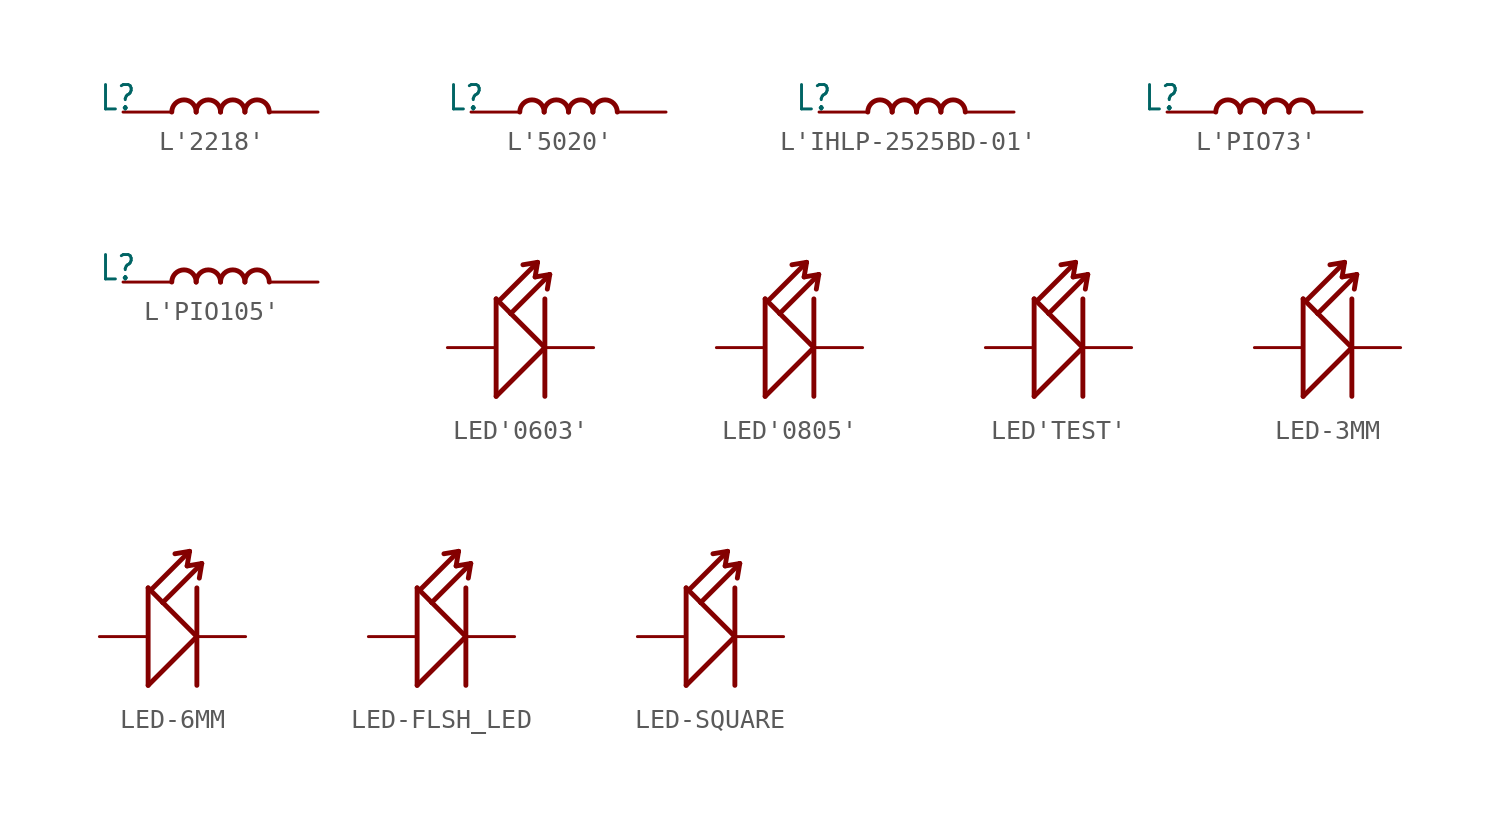
<source format=kicad_sym>
(kicad_symbol_lib
  (version 20220914)
  (generator kicad_symbol_editor)
  (symbol "L'2218'"
    (property "Reference" "L"
      (at -6.35 0 0)
      (effects (font (size 1.27 1.079)) (justify left bottom)))
    (property "Value" ""
      (at 2.54 0 0)
      (effects (font (size 1.27 1.079)) (justify left bottom)))
    (property "ki_locked" ""
      (at 0 0 0)
      (effects (font (size 1.27 1.27))))
    (symbol "L'2218'_1_0"
      (arc (start -1.27 0) (mid -1.905 0.635) (end -2.54 0) (stroke (width 0.254) (type solid)) (fill (type none)))
      (arc (start 0 0) (mid -0.635 0.635) (end -1.27 0) (stroke (width 0.254) (type solid)) (fill (type none)))
      (arc (start 1.27 0) (mid 0.635 0.635) (end 0 0) (stroke (width 0.254) (type solid)) (fill (type none)))
      (arc (start 2.54 0) (mid 1.905 0.635) (end 1.27 0) (stroke (width 0.254) (type solid)) (fill (type none)))
      (pin passive line (at -5.08 0 0) (length 2.54) (name "1" (effects (font (size 0 0)))) (number "P$1" (effects (font (size 0 0)))))
      (pin passive line (at 5.08 0 180) (length 2.54) (name "2" (effects (font (size 0 0)))) (number "P$2" (effects (font (size 0 0)))))))
  (symbol "L'5020'"
    (property "Reference" "L"
      (at -6.35 0 0)
      (effects (font (size 1.27 1.079)) (justify left bottom)))
    (property "Value" ""
      (at 2.54 0 0)
      (effects (font (size 1.27 1.079)) (justify left bottom)))
    (property "ki_locked" ""
      (at 0 0 0)
      (effects (font (size 1.27 1.27))))
    (symbol "L'5020'_1_0"
      (arc (start -1.27 0) (mid -1.905 0.635) (end -2.54 0) (stroke (width 0.254) (type solid)) (fill (type none)))
      (arc (start 0 0) (mid -0.635 0.635) (end -1.27 0) (stroke (width 0.254) (type solid)) (fill (type none)))
      (arc (start 1.27 0) (mid 0.635 0.635) (end 0 0) (stroke (width 0.254) (type solid)) (fill (type none)))
      (arc (start 2.54 0) (mid 1.905 0.635) (end 1.27 0) (stroke (width 0.254) (type solid)) (fill (type none)))
      (pin passive line (at -5.08 0 0) (length 2.54) (name "1" (effects (font (size 0 0)))) (number "1" (effects (font (size 0 0)))))
      (pin passive line (at 5.08 0 180) (length 2.54) (name "2" (effects (font (size 0 0)))) (number "2" (effects (font (size 0 0)))))))
  (symbol "L'IHLP-2525BD-01'"
    (property "Reference" "L"
      (at -6.35 0 0)
      (effects (font (size 1.27 1.079)) (justify left bottom)))
    (property "Value" ""
      (at 2.54 0 0)
      (effects (font (size 1.27 1.079)) (justify left bottom)))
    (property "ki_locked" ""
      (at 0 0 0)
      (effects (font (size 1.27 1.27))))
    (symbol "L'IHLP-2525BD-01'_1_0"
      (arc (start -1.27 0) (mid -1.905 0.635) (end -2.54 0) (stroke (width 0.254) (type solid)) (fill (type none)))
      (arc (start 0 0) (mid -0.635 0.635) (end -1.27 0) (stroke (width 0.254) (type solid)) (fill (type none)))
      (arc (start 1.27 0) (mid 0.635 0.635) (end 0 0) (stroke (width 0.254) (type solid)) (fill (type none)))
      (arc (start 2.54 0) (mid 1.905 0.635) (end 1.27 0) (stroke (width 0.254) (type solid)) (fill (type none)))
      (pin passive line (at -5.08 0 0) (length 2.54) (name "1" (effects (font (size 0 0)))) (number "1" (effects (font (size 0 0)))))
      (pin passive line (at 5.08 0 180) (length 2.54) (name "2" (effects (font (size 0 0)))) (number "2" (effects (font (size 0 0)))))))
  (symbol "L'PIO73'"
    (property "Reference" "L"
      (at -6.35 0 0)
      (effects (font (size 1.27 1.079)) (justify left bottom)))
    (property "Value" ""
      (at 2.54 0 0)
      (effects (font (size 1.27 1.079)) (justify left bottom)))
    (property "ki_locked" ""
      (at 0 0 0)
      (effects (font (size 1.27 1.27))))
    (symbol "L'PIO73'_1_0"
      (arc (start -1.27 0) (mid -1.905 0.635) (end -2.54 0) (stroke (width 0.254) (type solid)) (fill (type none)))
      (arc (start 0 0) (mid -0.635 0.635) (end -1.27 0) (stroke (width 0.254) (type solid)) (fill (type none)))
      (arc (start 1.27 0) (mid 0.635 0.635) (end 0 0) (stroke (width 0.254) (type solid)) (fill (type none)))
      (arc (start 2.54 0) (mid 1.905 0.635) (end 1.27 0) (stroke (width 0.254) (type solid)) (fill (type none)))
      (pin passive line (at -5.08 0 0) (length 2.54) (name "1" (effects (font (size 0 0)))) (number "1" (effects (font (size 0 0)))))
      (pin passive line (at 5.08 0 180) (length 2.54) (name "2" (effects (font (size 0 0)))) (number "2" (effects (font (size 0 0)))))))
  (symbol "L'PIO105'"
    (property "Reference" "L"
      (at -6.35 0 0)
      (effects (font (size 1.27 1.079)) (justify left bottom)))
    (property "Value" ""
      (at 2.54 0 0)
      (effects (font (size 1.27 1.079)) (justify left bottom)))
    (property "ki_locked" ""
      (at 0 0 0)
      (effects (font (size 1.27 1.27))))
    (symbol "L'PIO105'_1_0"
      (arc (start -1.27 0) (mid -1.905 0.635) (end -2.54 0) (stroke (width 0.254) (type solid)) (fill (type none)))
      (arc (start 0 0) (mid -0.635 0.635) (end -1.27 0) (stroke (width 0.254) (type solid)) (fill (type none)))
      (arc (start 1.27 0) (mid 0.635 0.635) (end 0 0) (stroke (width 0.254) (type solid)) (fill (type none)))
      (arc (start 2.54 0) (mid 1.905 0.635) (end 1.27 0) (stroke (width 0.254) (type solid)) (fill (type none)))
      (pin passive line (at -5.08 0 0) (length 2.54) (name "1" (effects (font (size 0 0)))) (number "1" (effects (font (size 0 0)))))
      (pin passive line (at 5.08 0 180) (length 2.54) (name "2" (effects (font (size 0 0)))) (number "2" (effects (font (size 0 0)))))))
  (symbol "LED'0603'"
    (property "Reference" "D"
      (at -3.81 0.635 0)
      (effects (font (size 1.27 1.079)) (justify left bottom) hide))
    (property "ki_locked" ""
      (at 0 0 0)
      (effects (font (size 1.27 1.27))))
    (symbol "LED'0603'_1_0"
      (polyline (pts (xy -1.27 -2.54) (xy -1.27 2.54)) (stroke (width 0.254) (type solid)) (fill (type none)))
      (polyline (pts (xy -1.27 2.54) (xy -1.143 2.413)) (stroke (width 0.254) (type solid)) (fill (type none)))
      (polyline (pts (xy -1.143 2.413) (xy -0.508 1.778)) (stroke (width 0.254) (type solid)) (fill (type none)))
      (polyline (pts (xy -1.143 2.413) (xy 0.889 4.445)) (stroke (width 0.254) (type solid)) (fill (type none)))
      (polyline (pts (xy -0.508 1.778) (xy 1.27 0)) (stroke (width 0.254) (type solid)) (fill (type none)))
      (polyline (pts (xy -0.508 1.778) (xy 1.524 3.81)) (stroke (width 0.254) (type solid)) (fill (type none)))
      (polyline (pts (xy 0.889 4.445) (xy 0.127 4.318)) (stroke (width 0.254) (type solid)) (fill (type none)))
      (polyline (pts (xy 0.889 4.445) (xy 0.762 3.683)) (stroke (width 0.254) (type solid)) (fill (type none)))
      (polyline (pts (xy 1.27 0) (xy -1.27 -2.54)) (stroke (width 0.254) (type solid)) (fill (type none)))
      (polyline (pts (xy 1.27 2.54) (xy 1.27 -2.54)) (stroke (width 0.254) (type solid)) (fill (type none)))
      (polyline (pts (xy 1.524 3.81) (xy 0.762 3.683)) (stroke (width 0.254) (type solid)) (fill (type none)))
      (polyline (pts (xy 1.524 3.81) (xy 1.397 3.048)) (stroke (width 0.254) (type solid)) (fill (type none)))
      (pin passive line (at -3.81 0 0) (length 2.54) (name "+" (effects (font (size 0 0)))) (number "+" (effects (font (size 0 0)))))
      (pin passive line (at 3.81 0 180) (length 2.54) (name "-" (effects (font (size 0 0)))) (number "-" (effects (font (size 0 0)))))))
  (symbol "LED'0805'"
    (property "Reference" "D"
      (at -3.81 0.635 0)
      (effects (font (size 1.27 1.079)) (justify left bottom) hide))
    (property "ki_locked" ""
      (at 0 0 0)
      (effects (font (size 1.27 1.27))))
    (symbol "LED'0805'_1_0"
      (polyline (pts (xy -1.27 -2.54) (xy -1.27 2.54)) (stroke (width 0.254) (type solid)) (fill (type none)))
      (polyline (pts (xy -1.27 2.54) (xy -1.143 2.413)) (stroke (width 0.254) (type solid)) (fill (type none)))
      (polyline (pts (xy -1.143 2.413) (xy -0.508 1.778)) (stroke (width 0.254) (type solid)) (fill (type none)))
      (polyline (pts (xy -1.143 2.413) (xy 0.889 4.445)) (stroke (width 0.254) (type solid)) (fill (type none)))
      (polyline (pts (xy -0.508 1.778) (xy 1.27 0)) (stroke (width 0.254) (type solid)) (fill (type none)))
      (polyline (pts (xy -0.508 1.778) (xy 1.524 3.81)) (stroke (width 0.254) (type solid)) (fill (type none)))
      (polyline (pts (xy 0.889 4.445) (xy 0.127 4.318)) (stroke (width 0.254) (type solid)) (fill (type none)))
      (polyline (pts (xy 0.889 4.445) (xy 0.762 3.683)) (stroke (width 0.254) (type solid)) (fill (type none)))
      (polyline (pts (xy 1.27 0) (xy -1.27 -2.54)) (stroke (width 0.254) (type solid)) (fill (type none)))
      (polyline (pts (xy 1.27 2.54) (xy 1.27 -2.54)) (stroke (width 0.254) (type solid)) (fill (type none)))
      (polyline (pts (xy 1.524 3.81) (xy 0.762 3.683)) (stroke (width 0.254) (type solid)) (fill (type none)))
      (polyline (pts (xy 1.524 3.81) (xy 1.397 3.048)) (stroke (width 0.254) (type solid)) (fill (type none)))
      (pin passive line (at -3.81 0 0) (length 2.54) (name "+" (effects (font (size 0 0)))) (number "+" (effects (font (size 0 0)))))
      (pin passive line (at 3.81 0 180) (length 2.54) (name "-" (effects (font (size 0 0)))) (number "-" (effects (font (size 0 0)))))))
  (symbol "LED'TEST'"
    (property "Reference" "D"
      (at -3.81 0.635 0)
      (effects (font (size 1.27 1.079)) (justify left bottom) hide))
    (property "ki_locked" ""
      (at 0 0 0)
      (effects (font (size 1.27 1.27))))
    (symbol "LED'TEST'_1_0"
      (polyline (pts (xy -1.27 -2.54) (xy -1.27 2.54)) (stroke (width 0.254) (type solid)) (fill (type none)))
      (polyline (pts (xy -1.27 2.54) (xy -1.143 2.413)) (stroke (width 0.254) (type solid)) (fill (type none)))
      (polyline (pts (xy -1.143 2.413) (xy -0.508 1.778)) (stroke (width 0.254) (type solid)) (fill (type none)))
      (polyline (pts (xy -1.143 2.413) (xy 0.889 4.445)) (stroke (width 0.254) (type solid)) (fill (type none)))
      (polyline (pts (xy -0.508 1.778) (xy 1.27 0)) (stroke (width 0.254) (type solid)) (fill (type none)))
      (polyline (pts (xy -0.508 1.778) (xy 1.524 3.81)) (stroke (width 0.254) (type solid)) (fill (type none)))
      (polyline (pts (xy 0.889 4.445) (xy 0.127 4.318)) (stroke (width 0.254) (type solid)) (fill (type none)))
      (polyline (pts (xy 0.889 4.445) (xy 0.762 3.683)) (stroke (width 0.254) (type solid)) (fill (type none)))
      (polyline (pts (xy 1.27 0) (xy -1.27 -2.54)) (stroke (width 0.254) (type solid)) (fill (type none)))
      (polyline (pts (xy 1.27 2.54) (xy 1.27 -2.54)) (stroke (width 0.254) (type solid)) (fill (type none)))
      (polyline (pts (xy 1.524 3.81) (xy 0.762 3.683)) (stroke (width 0.254) (type solid)) (fill (type none)))
      (polyline (pts (xy 1.524 3.81) (xy 1.397 3.048)) (stroke (width 0.254) (type solid)) (fill (type none)))
      (pin passive line (at -3.81 0 0) (length 2.54) (name "+" (effects (font (size 0 0)))) (number "+" (effects (font (size 0 0)))))
      (pin passive line (at 3.81 0 180) (length 2.54) (name "-" (effects (font (size 0 0)))) (number "-" (effects (font (size 0 0)))))))
  (symbol "LED-3MM"
    (property "Reference" "D"
      (at -3.81 0.635 0)
      (effects (font (size 1.27 1.079)) (justify left bottom) hide))
    (property "ki_locked" ""
      (at 0 0 0)
      (effects (font (size 1.27 1.27))))
    (symbol "LED-3MM_1_0"
      (polyline (pts (xy -1.27 -2.54) (xy -1.27 2.54)) (stroke (width 0.254) (type solid)) (fill (type none)))
      (polyline (pts (xy -1.27 2.54) (xy -1.143 2.413)) (stroke (width 0.254) (type solid)) (fill (type none)))
      (polyline (pts (xy -1.143 2.413) (xy -0.508 1.778)) (stroke (width 0.254) (type solid)) (fill (type none)))
      (polyline (pts (xy -1.143 2.413) (xy 0.889 4.445)) (stroke (width 0.254) (type solid)) (fill (type none)))
      (polyline (pts (xy -0.508 1.778) (xy 1.27 0)) (stroke (width 0.254) (type solid)) (fill (type none)))
      (polyline (pts (xy -0.508 1.778) (xy 1.524 3.81)) (stroke (width 0.254) (type solid)) (fill (type none)))
      (polyline (pts (xy 0.889 4.445) (xy 0.127 4.318)) (stroke (width 0.254) (type solid)) (fill (type none)))
      (polyline (pts (xy 0.889 4.445) (xy 0.762 3.683)) (stroke (width 0.254) (type solid)) (fill (type none)))
      (polyline (pts (xy 1.27 0) (xy -1.27 -2.54)) (stroke (width 0.254) (type solid)) (fill (type none)))
      (polyline (pts (xy 1.27 2.54) (xy 1.27 -2.54)) (stroke (width 0.254) (type solid)) (fill (type none)))
      (polyline (pts (xy 1.524 3.81) (xy 0.762 3.683)) (stroke (width 0.254) (type solid)) (fill (type none)))
      (polyline (pts (xy 1.524 3.81) (xy 1.397 3.048)) (stroke (width 0.254) (type solid)) (fill (type none)))
      (pin passive line (at -3.81 0 0) (length 2.54) (name "+" (effects (font (size 0 0)))) (number "A" (effects (font (size 0 0)))))
      (pin passive line (at 3.81 0 180) (length 2.54) (name "-" (effects (font (size 0 0)))) (number "K" (effects (font (size 0 0)))))))
  (symbol "LED-6MM"
    (property "Reference" "D"
      (at -3.81 0.635 0)
      (effects (font (size 1.27 1.079)) (justify left bottom) hide))
    (property "ki_locked" ""
      (at 0 0 0)
      (effects (font (size 1.27 1.27))))
    (symbol "LED-6MM_1_0"
      (polyline (pts (xy -1.27 -2.54) (xy -1.27 2.54)) (stroke (width 0.254) (type solid)) (fill (type none)))
      (polyline (pts (xy -1.27 2.54) (xy -1.143 2.413)) (stroke (width 0.254) (type solid)) (fill (type none)))
      (polyline (pts (xy -1.143 2.413) (xy -0.508 1.778)) (stroke (width 0.254) (type solid)) (fill (type none)))
      (polyline (pts (xy -1.143 2.413) (xy 0.889 4.445)) (stroke (width 0.254) (type solid)) (fill (type none)))
      (polyline (pts (xy -0.508 1.778) (xy 1.27 0)) (stroke (width 0.254) (type solid)) (fill (type none)))
      (polyline (pts (xy -0.508 1.778) (xy 1.524 3.81)) (stroke (width 0.254) (type solid)) (fill (type none)))
      (polyline (pts (xy 0.889 4.445) (xy 0.127 4.318)) (stroke (width 0.254) (type solid)) (fill (type none)))
      (polyline (pts (xy 0.889 4.445) (xy 0.762 3.683)) (stroke (width 0.254) (type solid)) (fill (type none)))
      (polyline (pts (xy 1.27 0) (xy -1.27 -2.54)) (stroke (width 0.254) (type solid)) (fill (type none)))
      (polyline (pts (xy 1.27 2.54) (xy 1.27 -2.54)) (stroke (width 0.254) (type solid)) (fill (type none)))
      (polyline (pts (xy 1.524 3.81) (xy 0.762 3.683)) (stroke (width 0.254) (type solid)) (fill (type none)))
      (polyline (pts (xy 1.524 3.81) (xy 1.397 3.048)) (stroke (width 0.254) (type solid)) (fill (type none)))
      (pin passive line (at -3.81 0 0) (length 2.54) (name "+" (effects (font (size 0 0)))) (number "+" (effects (font (size 0 0)))))
      (pin passive line (at 3.81 0 180) (length 2.54) (name "-" (effects (font (size 0 0)))) (number "-" (effects (font (size 0 0)))))))
  (symbol "LED-FLSH_LED"
    (property "Reference" "D"
      (at -3.81 0.635 0)
      (effects (font (size 1.27 1.079)) (justify left bottom) hide))
    (property "ki_locked" ""
      (at 0 0 0)
      (effects (font (size 1.27 1.27))))
    (symbol "LED-FLSH_LED_1_0"
      (polyline (pts (xy -1.27 -2.54) (xy -1.27 2.54)) (stroke (width 0.254) (type solid)) (fill (type none)))
      (polyline (pts (xy -1.27 2.54) (xy -1.143 2.413)) (stroke (width 0.254) (type solid)) (fill (type none)))
      (polyline (pts (xy -1.143 2.413) (xy -0.508 1.778)) (stroke (width 0.254) (type solid)) (fill (type none)))
      (polyline (pts (xy -1.143 2.413) (xy 0.889 4.445)) (stroke (width 0.254) (type solid)) (fill (type none)))
      (polyline (pts (xy -0.508 1.778) (xy 1.27 0)) (stroke (width 0.254) (type solid)) (fill (type none)))
      (polyline (pts (xy -0.508 1.778) (xy 1.524 3.81)) (stroke (width 0.254) (type solid)) (fill (type none)))
      (polyline (pts (xy 0.889 4.445) (xy 0.127 4.318)) (stroke (width 0.254) (type solid)) (fill (type none)))
      (polyline (pts (xy 0.889 4.445) (xy 0.762 3.683)) (stroke (width 0.254) (type solid)) (fill (type none)))
      (polyline (pts (xy 1.27 0) (xy -1.27 -2.54)) (stroke (width 0.254) (type solid)) (fill (type none)))
      (polyline (pts (xy 1.27 2.54) (xy 1.27 -2.54)) (stroke (width 0.254) (type solid)) (fill (type none)))
      (polyline (pts (xy 1.524 3.81) (xy 0.762 3.683)) (stroke (width 0.254) (type solid)) (fill (type none)))
      (polyline (pts (xy 1.524 3.81) (xy 1.397 3.048)) (stroke (width 0.254) (type solid)) (fill (type none)))
      (pin passive line (at -3.81 0 0) (length 2.54) (name "+" (effects (font (size 0 0)))) (number "+" (effects (font (size 0 0)))))
      (pin passive line (at 3.81 0 180) (length 2.54) (name "-" (effects (font (size 0 0)))) (number "-" (effects (font (size 0 0)))))))
  (symbol "LED-SQUARE"
    (property "Reference" "D"
      (at -3.81 0.635 0)
      (effects (font (size 1.27 1.079)) (justify left bottom) hide))
    (property "ki_locked" ""
      (at 0 0 0)
      (effects (font (size 1.27 1.27))))
    (symbol "LED-SQUARE_1_0"
      (polyline (pts (xy -1.27 -2.54) (xy -1.27 2.54)) (stroke (width 0.254) (type solid)) (fill (type none)))
      (polyline (pts (xy -1.27 2.54) (xy -1.143 2.413)) (stroke (width 0.254) (type solid)) (fill (type none)))
      (polyline (pts (xy -1.143 2.413) (xy -0.508 1.778)) (stroke (width 0.254) (type solid)) (fill (type none)))
      (polyline (pts (xy -1.143 2.413) (xy 0.889 4.445)) (stroke (width 0.254) (type solid)) (fill (type none)))
      (polyline (pts (xy -0.508 1.778) (xy 1.27 0)) (stroke (width 0.254) (type solid)) (fill (type none)))
      (polyline (pts (xy -0.508 1.778) (xy 1.524 3.81)) (stroke (width 0.254) (type solid)) (fill (type none)))
      (polyline (pts (xy 0.889 4.445) (xy 0.127 4.318)) (stroke (width 0.254) (type solid)) (fill (type none)))
      (polyline (pts (xy 0.889 4.445) (xy 0.762 3.683)) (stroke (width 0.254) (type solid)) (fill (type none)))
      (polyline (pts (xy 1.27 0) (xy -1.27 -2.54)) (stroke (width 0.254) (type solid)) (fill (type none)))
      (polyline (pts (xy 1.27 2.54) (xy 1.27 -2.54)) (stroke (width 0.254) (type solid)) (fill (type none)))
      (polyline (pts (xy 1.524 3.81) (xy 0.762 3.683)) (stroke (width 0.254) (type solid)) (fill (type none)))
      (polyline (pts (xy 1.524 3.81) (xy 1.397 3.048)) (stroke (width 0.254) (type solid)) (fill (type none)))
      (pin passive line (at -3.81 0 0) (length 2.54) (name "+" (effects (font (size 0 0)))) (number "A" (effects (font (size 0 0)))))
      (pin passive line (at 3.81 0 180) (length 2.54) (name "-" (effects (font (size 0 0)))) (number "K" (effects (font (size 0 0))))))))
</source>
